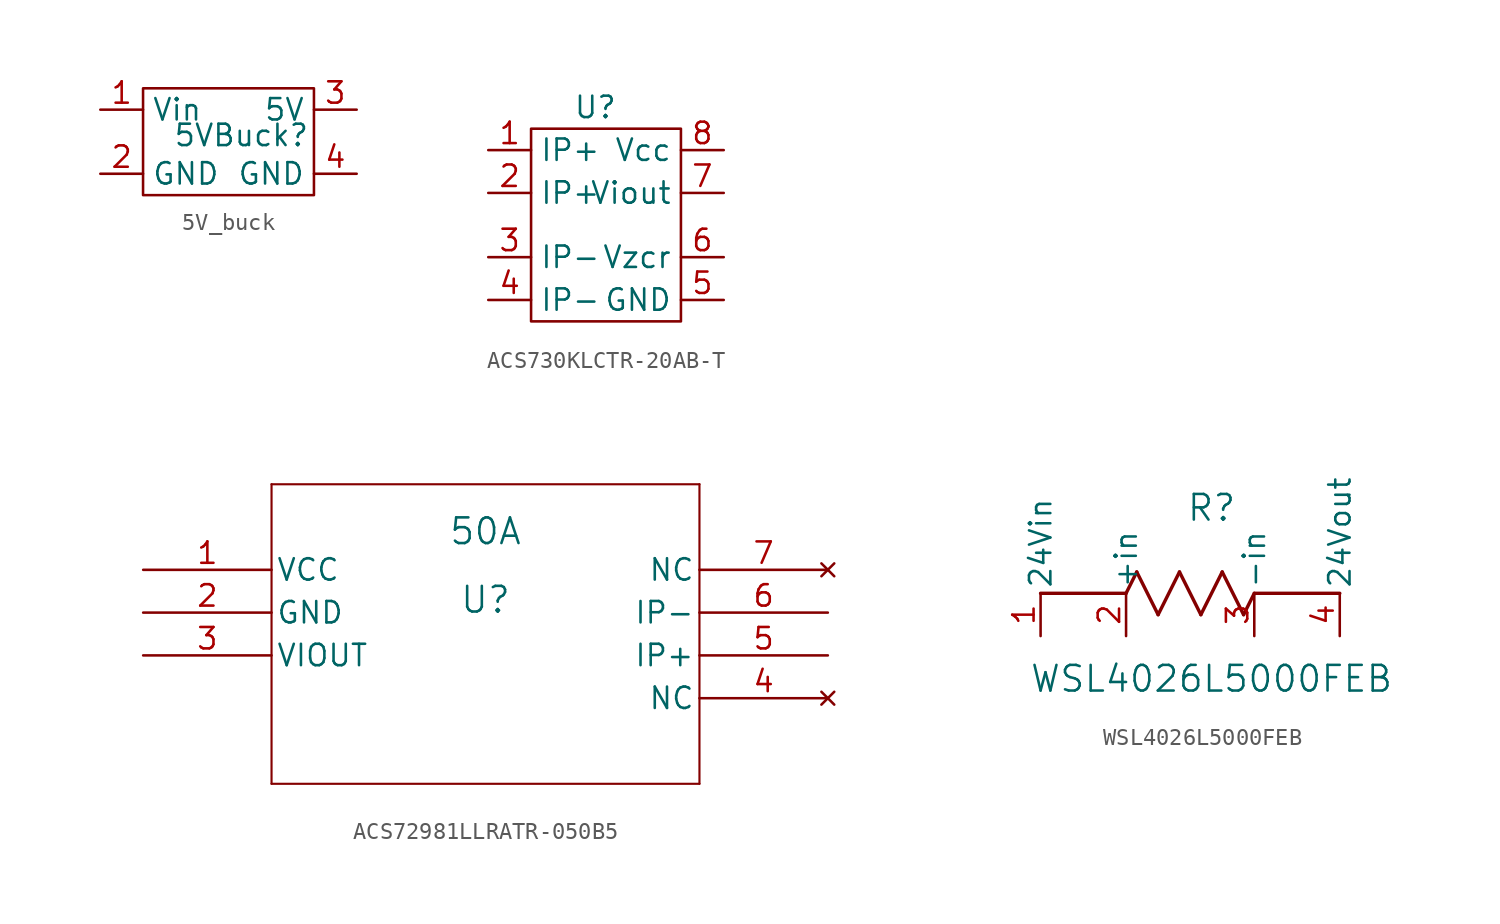
<source format=kicad_sym>
(kicad_symbol_lib
  (version 20231120)
  (generator "kicad_symbol_editor")
  (generator_version "8.0")
  (symbol "5V_buck"
    (property "Reference" "5VBuck"
      (at 2.032 -0.254 0)
      (effects (font (size 1.27 1.27))))
    (property "Value" ""
      (at 0 0 0)
      (effects (font (size 1.27 1.27))))
    (symbol "5V_buck_0_1"
      (rectangle (start -3.81 2.54) (end 6.35 -3.81) (stroke (width 0) (type default)) (fill (type none))))
    (symbol "5V_buck_1_1"
      (pin bidirectional line (at -6.35 1.27 0) (length 2.54) (name "Vin" (effects (font (size 1.27 1.27)))) (number "1" (effects (font (size 1.27 1.27)))))
      (pin bidirectional line (at -6.35 -2.54 0) (length 2.54) (name "GND" (effects (font (size 1.27 1.27)))) (number "2" (effects (font (size 1.27 1.27)))))
      (pin bidirectional line (at 8.89 1.27 180) (length 2.54) (name "5V" (effects (font (size 1.27 1.27)))) (number "3" (effects (font (size 1.27 1.27)))))
      (pin bidirectional line (at 8.89 -2.54 180) (length 2.54) (name "GND" (effects (font (size 1.27 1.27)))) (number "4" (effects (font (size 1.27 1.27)))))))
  (symbol "ACS730KLCTR-20AB-T"
    (property "Reference" "U"
      (at 2.54 2.54 0)
      (effects (font (size 1.27 1.27))))
    (property "Value" ""
      (at 0 0 0)
      (effects (font (size 1.27 1.27))))
    (symbol "ACS730KLCTR-20AB-T_0_1"
      (rectangle (start -1.27 1.27) (end 7.62 -10.16) (stroke (width 0) (type default)) (fill (type none))))
    (symbol "ACS730KLCTR-20AB-T_1_1"
      (pin bidirectional line (at -3.81 0 0) (length 2.54) (name "IP+" (effects (font (size 1.27 1.27)))) (number "1" (effects (font (size 1.27 1.27)))))
      (pin bidirectional line (at -3.81 -2.54 0) (length 2.54) (name "IP+" (effects (font (size 1.27 1.27)))) (number "2" (effects (font (size 1.27 1.27)))))
      (pin bidirectional line (at -3.81 -6.35 0) (length 2.54) (name "IP-" (effects (font (size 1.27 1.27)))) (number "3" (effects (font (size 1.27 1.27)))))
      (pin bidirectional line (at -3.81 -8.89 0) (length 2.54) (name "IP-" (effects (font (size 1.27 1.27)))) (number "4" (effects (font (size 1.27 1.27)))))
      (pin bidirectional line (at 10.16 -8.89 180) (length 2.54) (name "GND" (effects (font (size 1.27 1.27)))) (number "5" (effects (font (size 1.27 1.27)))))
      (pin bidirectional line (at 10.16 -6.35 180) (length 2.54) (name "Vzcr" (effects (font (size 1.27 1.27)))) (number "6" (effects (font (size 1.27 1.27)))))
      (pin bidirectional line (at 10.16 -2.54 180) (length 2.54) (name "Viout" (effects (font (size 1.27 1.27)))) (number "7" (effects (font (size 1.27 1.27)))))
      (pin bidirectional line (at 10.16 0 180) (length 2.54) (name "Vcc" (effects (font (size 1.27 1.27)))) (number "8" (effects (font (size 1.27 1.27)))))))
  (symbol "ACS72981LLRATR-050B5"
    (pin_names
      (offset 0.254))
    (property "Reference" "U"
      (at 20.32 -1.778 0)
      (effects (font (size 1.524 1.524))))
    (property "Value" "50A"
      (at 20.32 2.286 0)
      (effects (font (size 1.524 1.524))))
    (property "ki_locked" ""
      (at 0 0 0)
      (effects (font (size 1.27 1.27))))
    (symbol "ACS72981LLRATR-050B5_0_1"
      (polyline (pts (xy 7.62 -12.7) (xy 33.02 -12.7)) (stroke (width 0.127) (type default)) (fill (type none)))
      (polyline (pts (xy 7.62 5.08) (xy 7.62 -12.7)) (stroke (width 0.127) (type default)) (fill (type none)))
      (polyline (pts (xy 33.02 -12.7) (xy 33.02 5.08)) (stroke (width 0.127) (type default)) (fill (type none)))
      (polyline (pts (xy 33.02 5.08) (xy 7.62 5.08)) (stroke (width 0.127) (type default)) (fill (type none)))
      (pin power_in line (at 0 0 0) (length 7.62) (name "VCC" (effects (font (size 1.27 1.27)))) (number "1" (effects (font (size 1.27 1.27)))))
      (pin power_out line (at 0 -2.54 0) (length 7.62) (name "GND" (effects (font (size 1.27 1.27)))) (number "2" (effects (font (size 1.27 1.27)))))
      (pin unspecified line (at 0 -5.08 0) (length 7.62) (name "VIOUT" (effects (font (size 1.27 1.27)))) (number "3" (effects (font (size 1.27 1.27)))))
      (pin no_connect line (at 40.64 -7.62 180) (length 7.62) (name "NC" (effects (font (size 1.27 1.27)))) (number "4" (effects (font (size 1.27 1.27)))))
      (pin unspecified line (at 40.64 -5.08 180) (length 7.62) (name "IP+" (effects (font (size 1.27 1.27)))) (number "5" (effects (font (size 1.27 1.27)))))
      (pin unspecified line (at 40.64 -2.54 180) (length 7.62) (name "IP-" (effects (font (size 1.27 1.27)))) (number "6" (effects (font (size 1.27 1.27)))))
      (pin no_connect line (at 40.64 0 180) (length 7.62) (name "NC" (effects (font (size 1.27 1.27)))) (number "7" (effects (font (size 1.27 1.27)))))))
  (symbol "WSL4026L5000FEB"
    (pin_names
      (offset 0.254))
    (property "Reference" "R"
      (at 7.62 7.62 0)
      (effects (font (size 1.524 1.524))))
    (property "Value" "WSL4026L5000FEB"
      (at 7.62 -2.54 0)
      (effects (font (size 1.524 1.524))))
    (property "ki_locked" ""
      (at 0 0 0)
      (effects (font (size 1.27 1.27))))
    (symbol "WSL4026L5000FEB_0_1"
      (polyline (pts (xy -2.54 2.54) (xy 2.54 2.54)) (stroke (width 0.203) (type default)) (fill (type none)))
      (polyline (pts (xy 2.54 2.54) (xy 3.175 3.81)) (stroke (width 0.203) (type default)) (fill (type none)))
      (polyline (pts (xy 3.175 3.81) (xy 4.445 1.27)) (stroke (width 0.203) (type default)) (fill (type none)))
      (polyline (pts (xy 4.445 1.27) (xy 5.715 3.81)) (stroke (width 0.203) (type default)) (fill (type none)))
      (polyline (pts (xy 5.715 3.81) (xy 6.985 1.27)) (stroke (width 0.203) (type default)) (fill (type none)))
      (polyline (pts (xy 6.985 1.27) (xy 8.255 3.81)) (stroke (width 0.203) (type default)) (fill (type none)))
      (polyline (pts (xy 8.255 3.81) (xy 9.525 1.27)) (stroke (width 0.203) (type default)) (fill (type none)))
      (polyline (pts (xy 9.525 1.27) (xy 10.16 2.54)) (stroke (width 0.203) (type default)) (fill (type none)))
      (polyline (pts (xy 15.24 2.54) (xy 10.16 2.54)) (stroke (width 0.203) (type default)) (fill (type none))))
    (symbol "WSL4026L5000FEB_1_1"
      (pin unspecified line (at -2.54 0 90) (length 2.54) (name "24Vin" (effects (font (size 1.27 1.27)))) (number "1" (effects (font (size 1.27 1.27)))))
      (pin unspecified line (at 2.54 0 90) (length 2.54) (name "+in" (effects (font (size 1.27 1.27)))) (number "2" (effects (font (size 1.27 1.27)))))
      (pin unspecified line (at 10.16 0 90) (length 2.54) (name "-in" (effects (font (size 1.27 1.27)))) (number "3" (effects (font (size 1.27 1.27)))))
      (pin unspecified line (at 15.24 0 90) (length 2.54) (name "24Vout" (effects (font (size 1.27 1.27)))) (number "4" (effects (font (size 1.27 1.27))))))))
</source>
